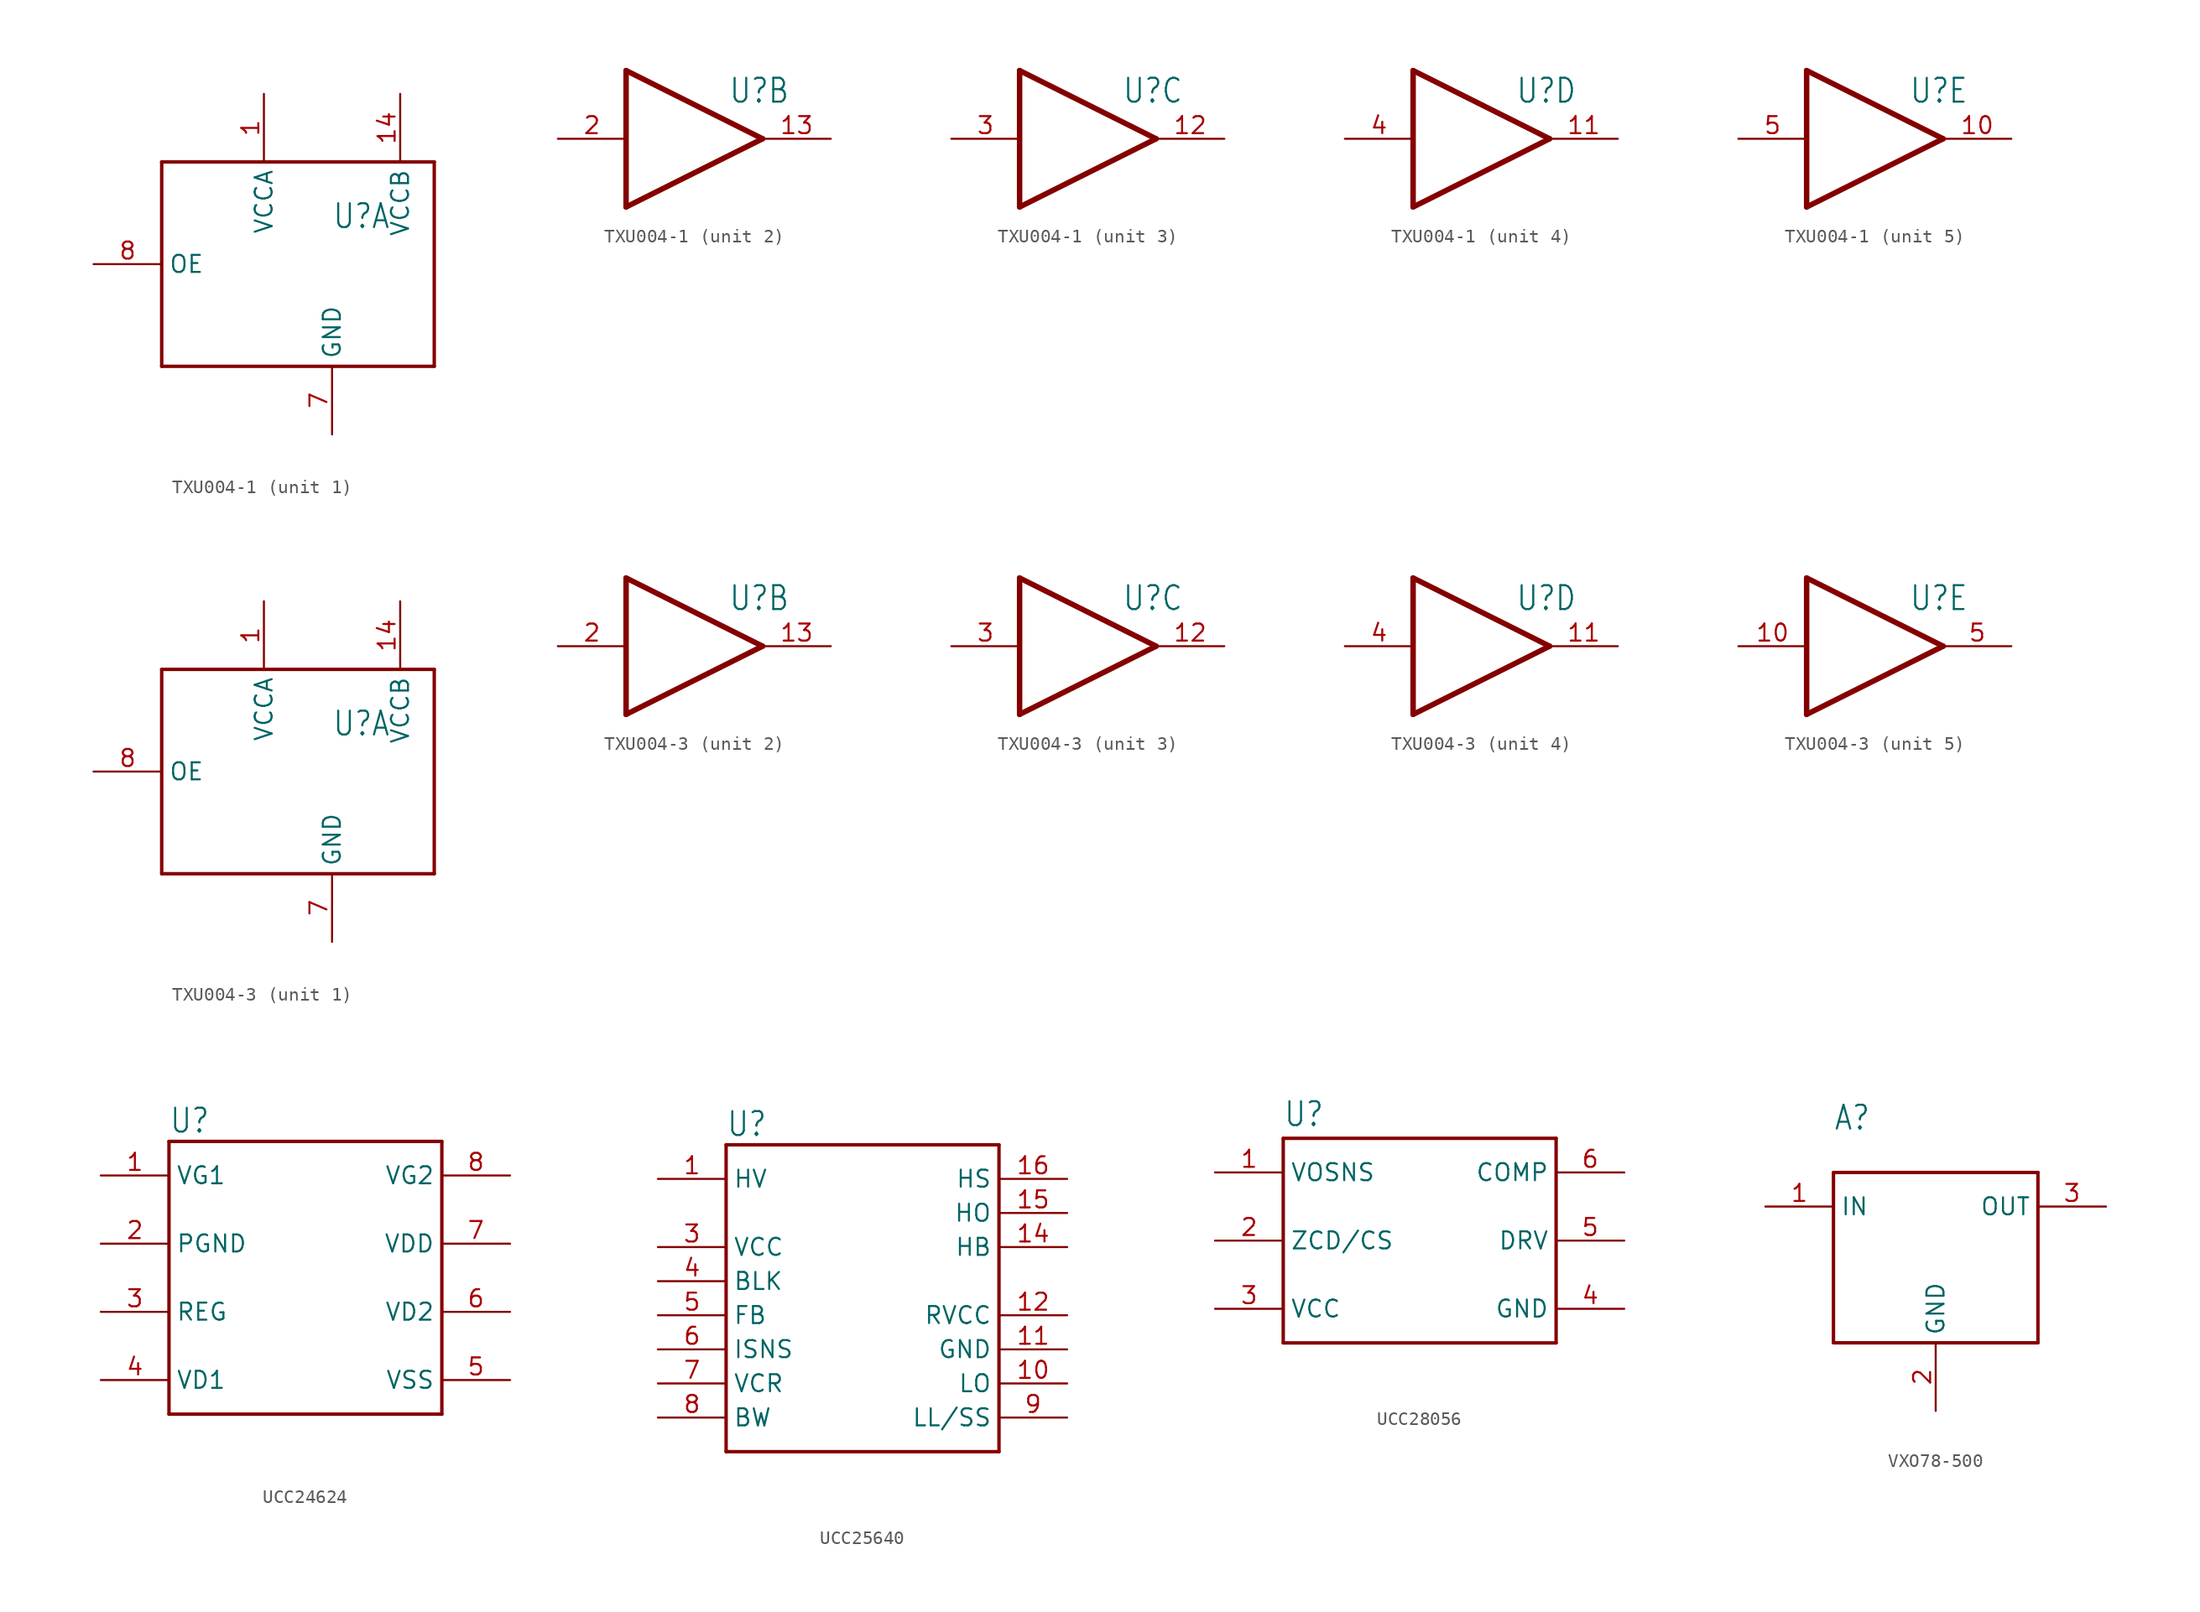
<source format=kicad_sym>
(kicad_symbol_lib
  (version 20231120)
  (generator "kicad_symbol_editor")
  (generator_version "8.0")
  (symbol "TXU004-1"
    (property "Reference" "U"
      (at 2.54 2.54 0)
      (effects (font (size 1.778 1.511)) (justify left bottom)))
    (property "Value" ""
      (at 2.54 -5.08 0)
      (effects (font (size 1.778 1.511)) (justify left bottom)))
    (property "ki_locked" ""
      (at 0 0 0)
      (effects (font (size 1.27 1.27))))
    (symbol "TXU004-1_1_0"
      (polyline (pts (xy -10.16 -7.62) (xy 10.16 -7.62)) (stroke (width 0.254) (type solid)) (fill (type none)))
      (polyline (pts (xy -10.16 7.62) (xy -10.16 -7.62)) (stroke (width 0.254) (type solid)) (fill (type none)))
      (polyline (pts (xy 10.16 -7.62) (xy 10.16 7.62)) (stroke (width 0.254) (type solid)) (fill (type none)))
      (polyline (pts (xy 10.16 7.62) (xy -10.16 7.62)) (stroke (width 0.254) (type solid)) (fill (type none)))
      (pin bidirectional line (at -2.54 12.7 270) (length 5.08) (name "VCCA" (effects (font (size 1.27 1.27)))) (number "1" (effects (font (size 1.27 1.27)))))
      (pin bidirectional line (at 7.62 12.7 270) (length 5.08) (name "VCCB" (effects (font (size 1.27 1.27)))) (number "14" (effects (font (size 1.27 1.27)))))
      (pin bidirectional line (at 2.54 -12.7 90) (length 5.08) (name "GND" (effects (font (size 1.27 1.27)))) (number "7" (effects (font (size 1.27 1.27)))))
      (pin bidirectional line (at -15.24 0 0) (length 5.08) (name "OE" (effects (font (size 1.27 1.27)))) (number "8" (effects (font (size 1.27 1.27))))))
    (symbol "TXU004-1_2_0"
      (polyline (pts (xy -5.08 -5.08) (xy -5.08 5.08)) (stroke (width 0.406) (type solid)) (fill (type none)))
      (polyline (pts (xy -5.08 5.08) (xy 5.08 0)) (stroke (width 0.406) (type solid)) (fill (type none)))
      (polyline (pts (xy 5.08 0) (xy -5.08 -5.08)) (stroke (width 0.406) (type solid)) (fill (type none)))
      (pin output line (at 10.16 0 180) (length 5.08) (name "O" (effects (font (size 0 0)))) (number "13" (effects (font (size 1.27 1.27)))))
      (pin bidirectional line (at -10.16 0 0) (length 5.08) (name "I" (effects (font (size 0 0)))) (number "2" (effects (font (size 1.27 1.27))))))
    (symbol "TXU004-1_3_0"
      (polyline (pts (xy -5.08 -5.08) (xy -5.08 5.08)) (stroke (width 0.406) (type solid)) (fill (type none)))
      (polyline (pts (xy -5.08 5.08) (xy 5.08 0)) (stroke (width 0.406) (type solid)) (fill (type none)))
      (polyline (pts (xy 5.08 0) (xy -5.08 -5.08)) (stroke (width 0.406) (type solid)) (fill (type none)))
      (pin output line (at 10.16 0 180) (length 5.08) (name "O" (effects (font (size 0 0)))) (number "12" (effects (font (size 1.27 1.27)))))
      (pin bidirectional line (at -10.16 0 0) (length 5.08) (name "I" (effects (font (size 0 0)))) (number "3" (effects (font (size 1.27 1.27))))))
    (symbol "TXU004-1_4_0"
      (polyline (pts (xy -5.08 -5.08) (xy -5.08 5.08)) (stroke (width 0.406) (type solid)) (fill (type none)))
      (polyline (pts (xy -5.08 5.08) (xy 5.08 0)) (stroke (width 0.406) (type solid)) (fill (type none)))
      (polyline (pts (xy 5.08 0) (xy -5.08 -5.08)) (stroke (width 0.406) (type solid)) (fill (type none)))
      (pin output line (at 10.16 0 180) (length 5.08) (name "O" (effects (font (size 0 0)))) (number "11" (effects (font (size 1.27 1.27)))))
      (pin bidirectional line (at -10.16 0 0) (length 5.08) (name "I" (effects (font (size 0 0)))) (number "4" (effects (font (size 1.27 1.27))))))
    (symbol "TXU004-1_5_0"
      (polyline (pts (xy -5.08 -5.08) (xy -5.08 5.08)) (stroke (width 0.406) (type solid)) (fill (type none)))
      (polyline (pts (xy -5.08 5.08) (xy 5.08 0)) (stroke (width 0.406) (type solid)) (fill (type none)))
      (polyline (pts (xy 5.08 0) (xy -5.08 -5.08)) (stroke (width 0.406) (type solid)) (fill (type none)))
      (pin output line (at 10.16 0 180) (length 5.08) (name "O" (effects (font (size 0 0)))) (number "10" (effects (font (size 1.27 1.27)))))
      (pin bidirectional line (at -10.16 0 0) (length 5.08) (name "I" (effects (font (size 0 0)))) (number "5" (effects (font (size 1.27 1.27)))))))
  (symbol "TXU004-3"
    (property "Reference" "U"
      (at 2.54 2.54 0)
      (effects (font (size 1.778 1.511)) (justify left bottom)))
    (property "Value" ""
      (at 2.54 -5.08 0)
      (effects (font (size 1.778 1.511)) (justify left bottom)))
    (property "ki_locked" ""
      (at 0 0 0)
      (effects (font (size 1.27 1.27))))
    (symbol "TXU004-3_1_0"
      (polyline (pts (xy -10.16 -7.62) (xy 10.16 -7.62)) (stroke (width 0.254) (type solid)) (fill (type none)))
      (polyline (pts (xy -10.16 7.62) (xy -10.16 -7.62)) (stroke (width 0.254) (type solid)) (fill (type none)))
      (polyline (pts (xy 10.16 -7.62) (xy 10.16 7.62)) (stroke (width 0.254) (type solid)) (fill (type none)))
      (polyline (pts (xy 10.16 7.62) (xy -10.16 7.62)) (stroke (width 0.254) (type solid)) (fill (type none)))
      (pin bidirectional line (at -2.54 12.7 270) (length 5.08) (name "VCCA" (effects (font (size 1.27 1.27)))) (number "1" (effects (font (size 1.27 1.27)))))
      (pin bidirectional line (at 7.62 12.7 270) (length 5.08) (name "VCCB" (effects (font (size 1.27 1.27)))) (number "14" (effects (font (size 1.27 1.27)))))
      (pin bidirectional line (at 2.54 -12.7 90) (length 5.08) (name "GND" (effects (font (size 1.27 1.27)))) (number "7" (effects (font (size 1.27 1.27)))))
      (pin bidirectional line (at -15.24 0 0) (length 5.08) (name "OE" (effects (font (size 1.27 1.27)))) (number "8" (effects (font (size 1.27 1.27))))))
    (symbol "TXU004-3_2_0"
      (polyline (pts (xy -5.08 -5.08) (xy -5.08 5.08)) (stroke (width 0.406) (type solid)) (fill (type none)))
      (polyline (pts (xy -5.08 5.08) (xy 5.08 0)) (stroke (width 0.406) (type solid)) (fill (type none)))
      (polyline (pts (xy 5.08 0) (xy -5.08 -5.08)) (stroke (width 0.406) (type solid)) (fill (type none)))
      (pin output line (at 10.16 0 180) (length 5.08) (name "O" (effects (font (size 0 0)))) (number "13" (effects (font (size 1.27 1.27)))))
      (pin bidirectional line (at -10.16 0 0) (length 5.08) (name "I" (effects (font (size 0 0)))) (number "2" (effects (font (size 1.27 1.27))))))
    (symbol "TXU004-3_3_0"
      (polyline (pts (xy -5.08 -5.08) (xy -5.08 5.08)) (stroke (width 0.406) (type solid)) (fill (type none)))
      (polyline (pts (xy -5.08 5.08) (xy 5.08 0)) (stroke (width 0.406) (type solid)) (fill (type none)))
      (polyline (pts (xy 5.08 0) (xy -5.08 -5.08)) (stroke (width 0.406) (type solid)) (fill (type none)))
      (pin output line (at 10.16 0 180) (length 5.08) (name "O" (effects (font (size 0 0)))) (number "12" (effects (font (size 1.27 1.27)))))
      (pin bidirectional line (at -10.16 0 0) (length 5.08) (name "I" (effects (font (size 0 0)))) (number "3" (effects (font (size 1.27 1.27))))))
    (symbol "TXU004-3_4_0"
      (polyline (pts (xy -5.08 -5.08) (xy -5.08 5.08)) (stroke (width 0.406) (type solid)) (fill (type none)))
      (polyline (pts (xy -5.08 5.08) (xy 5.08 0)) (stroke (width 0.406) (type solid)) (fill (type none)))
      (polyline (pts (xy 5.08 0) (xy -5.08 -5.08)) (stroke (width 0.406) (type solid)) (fill (type none)))
      (pin output line (at 10.16 0 180) (length 5.08) (name "O" (effects (font (size 0 0)))) (number "11" (effects (font (size 1.27 1.27)))))
      (pin bidirectional line (at -10.16 0 0) (length 5.08) (name "I" (effects (font (size 0 0)))) (number "4" (effects (font (size 1.27 1.27))))))
    (symbol "TXU004-3_5_0"
      (polyline (pts (xy -5.08 -5.08) (xy -5.08 5.08)) (stroke (width 0.406) (type solid)) (fill (type none)))
      (polyline (pts (xy -5.08 5.08) (xy 5.08 0)) (stroke (width 0.406) (type solid)) (fill (type none)))
      (polyline (pts (xy 5.08 0) (xy -5.08 -5.08)) (stroke (width 0.406) (type solid)) (fill (type none)))
      (pin bidirectional line (at -10.16 0 0) (length 5.08) (name "I" (effects (font (size 0 0)))) (number "10" (effects (font (size 1.27 1.27)))))
      (pin output line (at 10.16 0 180) (length 5.08) (name "O" (effects (font (size 0 0)))) (number "5" (effects (font (size 1.27 1.27)))))))
  (symbol "UCC24624"
    (property "Reference" "U"
      (at -10.16 10.668 0)
      (effects (font (size 1.778 1.511)) (justify left bottom)))
    (property "Value" ""
      (at -10.16 -12.7 0)
      (effects (font (size 1.778 1.511)) (justify left bottom)))
    (property "ki_locked" ""
      (at 0 0 0)
      (effects (font (size 1.27 1.27))))
    (symbol "UCC24624_1_0"
      (polyline (pts (xy -10.16 -10.16) (xy 10.16 -10.16)) (stroke (width 0.254) (type solid)) (fill (type none)))
      (polyline (pts (xy -10.16 10.16) (xy -10.16 -10.16)) (stroke (width 0.254) (type solid)) (fill (type none)))
      (polyline (pts (xy 10.16 -10.16) (xy 10.16 10.16)) (stroke (width 0.254) (type solid)) (fill (type none)))
      (polyline (pts (xy 10.16 10.16) (xy -10.16 10.16)) (stroke (width 0.254) (type solid)) (fill (type none)))
      (pin bidirectional line (at -15.24 7.62 0) (length 5.08) (name "VG1" (effects (font (size 1.27 1.27)))) (number "1" (effects (font (size 1.27 1.27)))))
      (pin bidirectional line (at -15.24 2.54 0) (length 5.08) (name "PGND" (effects (font (size 1.27 1.27)))) (number "2" (effects (font (size 1.27 1.27)))))
      (pin bidirectional line (at -15.24 -2.54 0) (length 5.08) (name "REG" (effects (font (size 1.27 1.27)))) (number "3" (effects (font (size 1.27 1.27)))))
      (pin bidirectional line (at -15.24 -7.62 0) (length 5.08) (name "VD1" (effects (font (size 1.27 1.27)))) (number "4" (effects (font (size 1.27 1.27)))))
      (pin bidirectional line (at 15.24 -7.62 180) (length 5.08) (name "VSS" (effects (font (size 1.27 1.27)))) (number "5" (effects (font (size 1.27 1.27)))))
      (pin bidirectional line (at 15.24 -2.54 180) (length 5.08) (name "VD2" (effects (font (size 1.27 1.27)))) (number "6" (effects (font (size 1.27 1.27)))))
      (pin bidirectional line (at 15.24 2.54 180) (length 5.08) (name "VDD" (effects (font (size 1.27 1.27)))) (number "7" (effects (font (size 1.27 1.27)))))
      (pin bidirectional line (at 15.24 7.62 180) (length 5.08) (name "VG2" (effects (font (size 1.27 1.27)))) (number "8" (effects (font (size 1.27 1.27)))))))
  (symbol "UCC25640"
    (property "Reference" "U"
      (at -10.16 10.668 0)
      (effects (font (size 1.778 1.511)) (justify left bottom)))
    (property "Value" ""
      (at -10.16 -15.24 0)
      (effects (font (size 1.778 1.511)) (justify left bottom)))
    (property "ki_locked" ""
      (at 0 0 0)
      (effects (font (size 1.27 1.27))))
    (symbol "UCC25640_1_0"
      (polyline (pts (xy -10.16 -12.7) (xy 10.16 -12.7)) (stroke (width 0.254) (type solid)) (fill (type none)))
      (polyline (pts (xy -10.16 10.16) (xy -10.16 -12.7)) (stroke (width 0.254) (type solid)) (fill (type none)))
      (polyline (pts (xy 10.16 -12.7) (xy 10.16 10.16)) (stroke (width 0.254) (type solid)) (fill (type none)))
      (polyline (pts (xy 10.16 10.16) (xy -10.16 10.16)) (stroke (width 0.254) (type solid)) (fill (type none)))
      (pin bidirectional line (at -15.24 7.62 0) (length 5.08) (name "HV" (effects (font (size 1.27 1.27)))) (number "1" (effects (font (size 1.27 1.27)))))
      (pin bidirectional line (at 15.24 -7.62 180) (length 5.08) (name "LO" (effects (font (size 1.27 1.27)))) (number "10" (effects (font (size 1.27 1.27)))))
      (pin bidirectional line (at 15.24 -5.08 180) (length 5.08) (name "GND" (effects (font (size 1.27 1.27)))) (number "11" (effects (font (size 1.27 1.27)))))
      (pin bidirectional line (at 15.24 -2.54 180) (length 5.08) (name "RVCC" (effects (font (size 1.27 1.27)))) (number "12" (effects (font (size 1.27 1.27)))))
      (pin bidirectional line (at 15.24 2.54 180) (length 5.08) (name "HB" (effects (font (size 1.27 1.27)))) (number "14" (effects (font (size 1.27 1.27)))))
      (pin bidirectional line (at 15.24 5.08 180) (length 5.08) (name "HO" (effects (font (size 1.27 1.27)))) (number "15" (effects (font (size 1.27 1.27)))))
      (pin bidirectional line (at 15.24 7.62 180) (length 5.08) (name "HS" (effects (font (size 1.27 1.27)))) (number "16" (effects (font (size 1.27 1.27)))))
      (pin bidirectional line (at -15.24 2.54 0) (length 5.08) (name "VCC" (effects (font (size 1.27 1.27)))) (number "3" (effects (font (size 1.27 1.27)))))
      (pin bidirectional line (at -15.24 0 0) (length 5.08) (name "BLK" (effects (font (size 1.27 1.27)))) (number "4" (effects (font (size 1.27 1.27)))))
      (pin bidirectional line (at -15.24 -2.54 0) (length 5.08) (name "FB" (effects (font (size 1.27 1.27)))) (number "5" (effects (font (size 1.27 1.27)))))
      (pin bidirectional line (at -15.24 -5.08 0) (length 5.08) (name "ISNS" (effects (font (size 1.27 1.27)))) (number "6" (effects (font (size 1.27 1.27)))))
      (pin bidirectional line (at -15.24 -7.62 0) (length 5.08) (name "VCR" (effects (font (size 1.27 1.27)))) (number "7" (effects (font (size 1.27 1.27)))))
      (pin bidirectional line (at -15.24 -10.16 0) (length 5.08) (name "BW" (effects (font (size 1.27 1.27)))) (number "8" (effects (font (size 1.27 1.27)))))
      (pin bidirectional line (at 15.24 -10.16 180) (length 5.08) (name "LL/SS" (effects (font (size 1.27 1.27)))) (number "9" (effects (font (size 1.27 1.27)))))))
  (symbol "UCC28056"
    (property "Reference" "U"
      (at -10.16 8.382 0)
      (effects (font (size 1.778 1.511)) (justify left bottom)))
    (property "Value" ""
      (at -10.16 -10.16 0)
      (effects (font (size 1.778 1.511)) (justify left bottom)))
    (property "ki_locked" ""
      (at 0 0 0)
      (effects (font (size 1.27 1.27))))
    (symbol "UCC28056_1_0"
      (polyline (pts (xy -10.16 -7.62) (xy 10.16 -7.62)) (stroke (width 0.254) (type solid)) (fill (type none)))
      (polyline (pts (xy -10.16 7.62) (xy -10.16 -7.62)) (stroke (width 0.254) (type solid)) (fill (type none)))
      (polyline (pts (xy 10.16 -7.62) (xy 10.16 7.62)) (stroke (width 0.254) (type solid)) (fill (type none)))
      (polyline (pts (xy 10.16 7.62) (xy -10.16 7.62)) (stroke (width 0.254) (type solid)) (fill (type none)))
      (pin bidirectional line (at -15.24 5.08 0) (length 5.08) (name "VOSNS" (effects (font (size 1.27 1.27)))) (number "1" (effects (font (size 1.27 1.27)))))
      (pin bidirectional line (at -15.24 0 0) (length 5.08) (name "ZCD/CS" (effects (font (size 1.27 1.27)))) (number "2" (effects (font (size 1.27 1.27)))))
      (pin bidirectional line (at -15.24 -5.08 0) (length 5.08) (name "VCC" (effects (font (size 1.27 1.27)))) (number "3" (effects (font (size 1.27 1.27)))))
      (pin bidirectional line (at 15.24 -5.08 180) (length 5.08) (name "GND" (effects (font (size 1.27 1.27)))) (number "4" (effects (font (size 1.27 1.27)))))
      (pin bidirectional line (at 15.24 0 180) (length 5.08) (name "DRV" (effects (font (size 1.27 1.27)))) (number "5" (effects (font (size 1.27 1.27)))))
      (pin bidirectional line (at 15.24 5.08 180) (length 5.08) (name "COMP" (effects (font (size 1.27 1.27)))) (number "6" (effects (font (size 1.27 1.27)))))))
  (symbol "VXO78-500"
    (property "Reference" "A"
      (at -7.62 8.128 0)
      (effects (font (size 1.778 1.511)) (justify left bottom)))
    (property "Value" ""
      (at -7.62 5.842 0)
      (effects (font (size 1.778 1.511)) (justify left bottom)))
    (property "ki_locked" ""
      (at 0 0 0)
      (effects (font (size 1.27 1.27))))
    (symbol "VXO78-500_1_0"
      (polyline (pts (xy -7.62 -7.62) (xy 7.62 -7.62)) (stroke (width 0.254) (type solid)) (fill (type none)))
      (polyline (pts (xy -7.62 5.08) (xy -7.62 -7.62)) (stroke (width 0.254) (type solid)) (fill (type none)))
      (polyline (pts (xy 7.62 -7.62) (xy 7.62 5.08)) (stroke (width 0.254) (type solid)) (fill (type none)))
      (polyline (pts (xy 7.62 5.08) (xy -7.62 5.08)) (stroke (width 0.254) (type solid)) (fill (type none)))
      (pin bidirectional line (at -12.7 2.54 0) (length 5.08) (name "IN" (effects (font (size 1.27 1.27)))) (number "1" (effects (font (size 1.27 1.27)))))
      (pin bidirectional line (at 0 -12.7 90) (length 5.08) (name "GND" (effects (font (size 1.27 1.27)))) (number "2" (effects (font (size 1.27 1.27)))))
      (pin bidirectional line (at 12.7 2.54 180) (length 5.08) (name "OUT" (effects (font (size 1.27 1.27)))) (number "3" (effects (font (size 1.27 1.27))))))))
</source>
